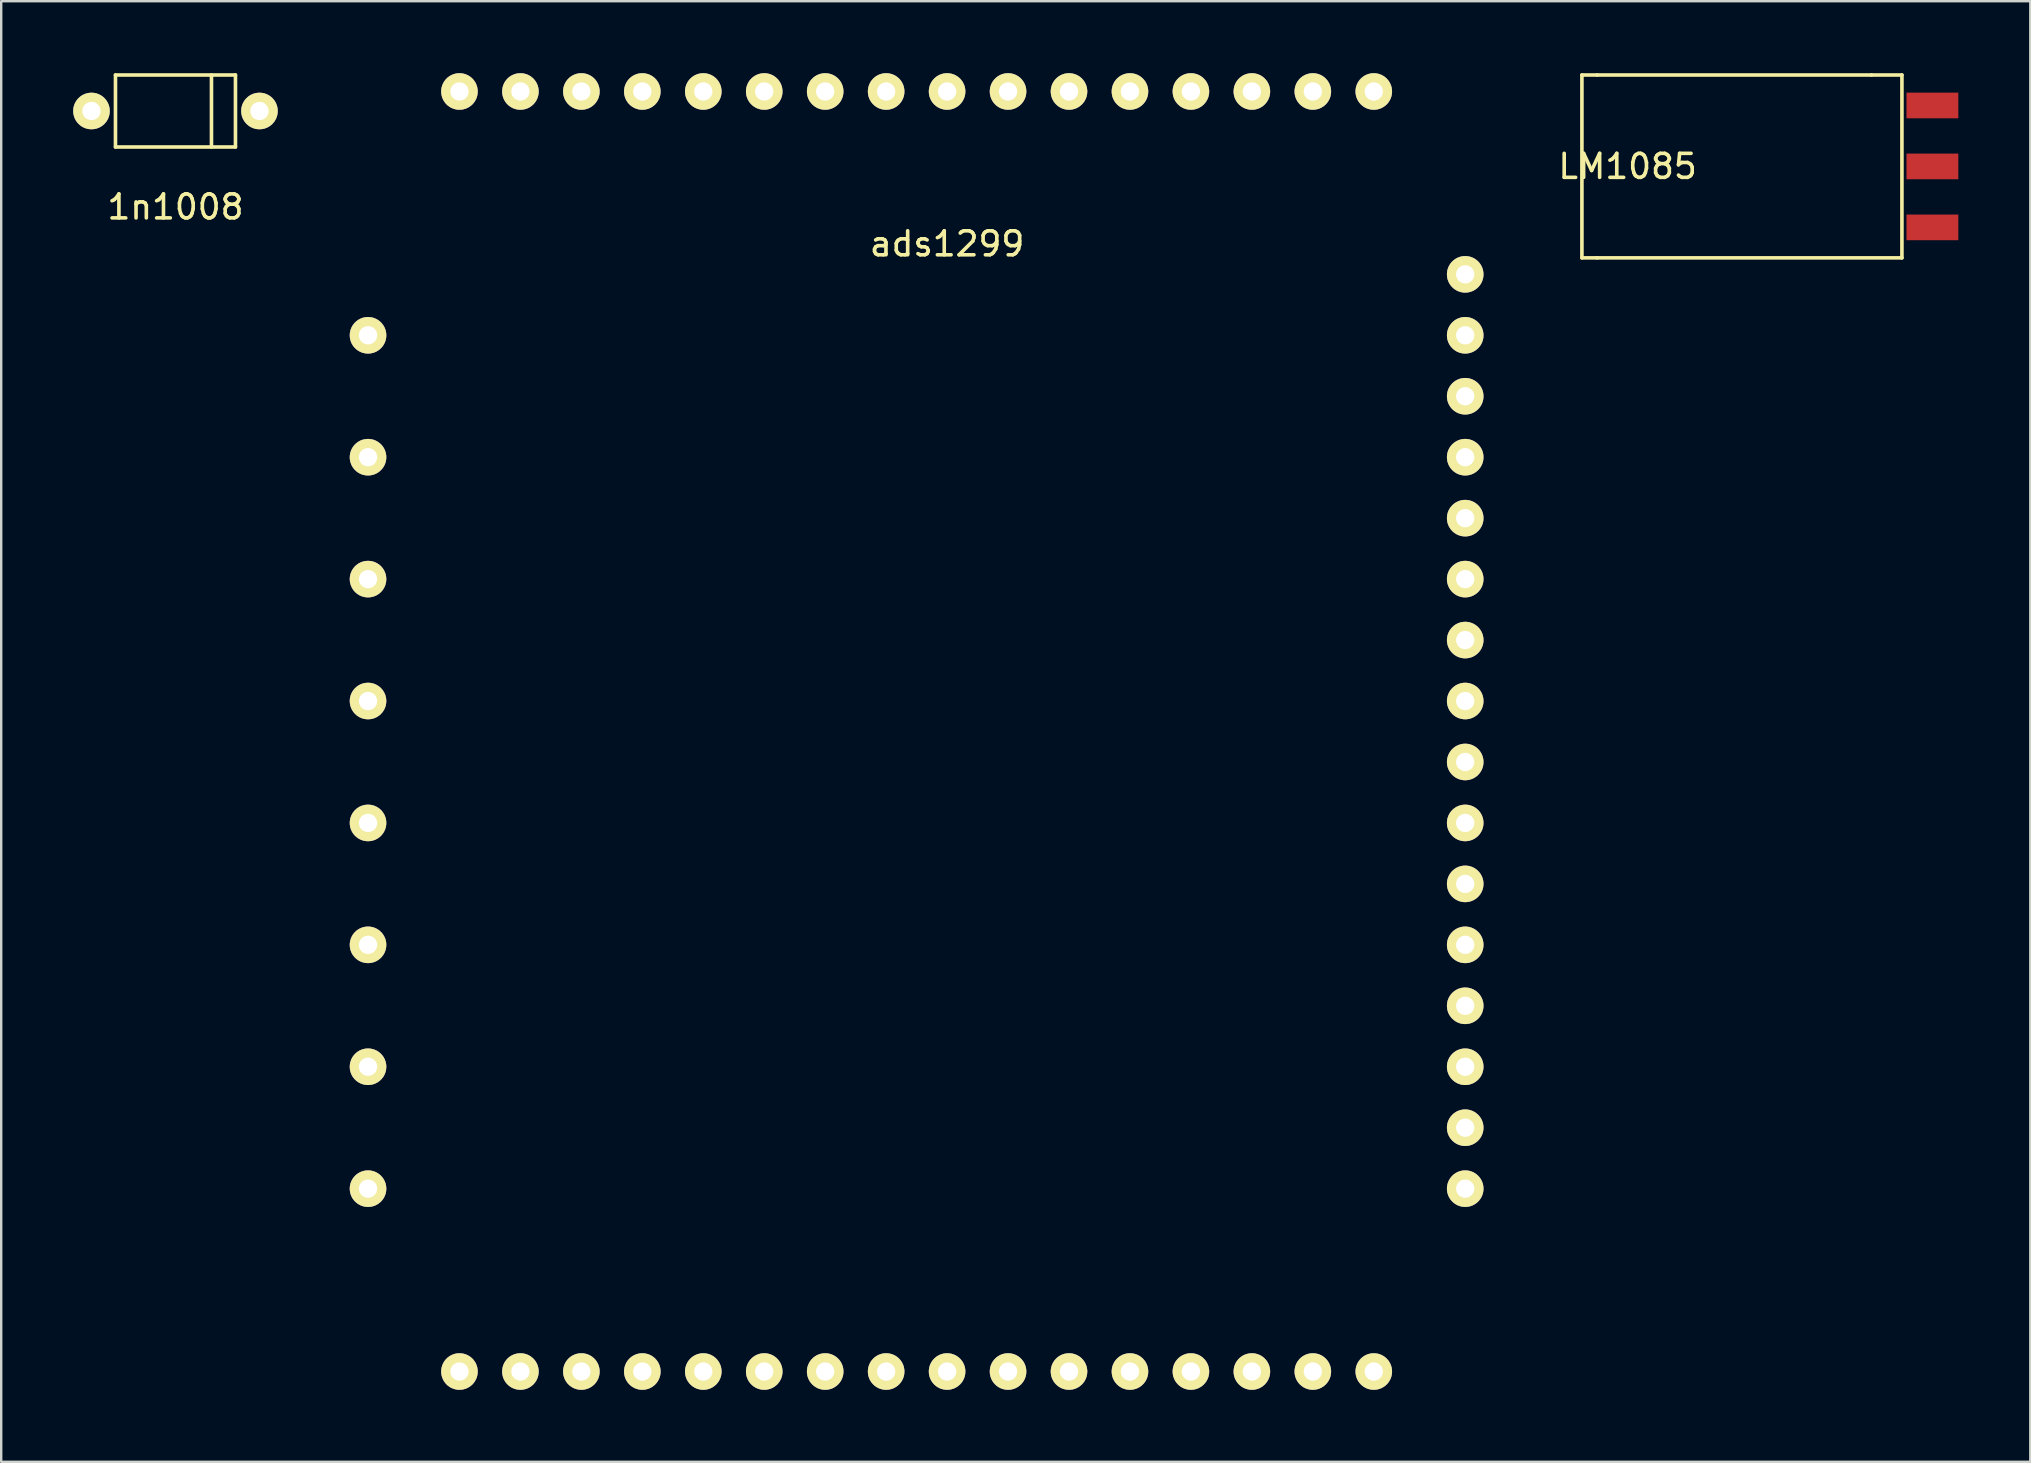
<source format=kicad_pcb>
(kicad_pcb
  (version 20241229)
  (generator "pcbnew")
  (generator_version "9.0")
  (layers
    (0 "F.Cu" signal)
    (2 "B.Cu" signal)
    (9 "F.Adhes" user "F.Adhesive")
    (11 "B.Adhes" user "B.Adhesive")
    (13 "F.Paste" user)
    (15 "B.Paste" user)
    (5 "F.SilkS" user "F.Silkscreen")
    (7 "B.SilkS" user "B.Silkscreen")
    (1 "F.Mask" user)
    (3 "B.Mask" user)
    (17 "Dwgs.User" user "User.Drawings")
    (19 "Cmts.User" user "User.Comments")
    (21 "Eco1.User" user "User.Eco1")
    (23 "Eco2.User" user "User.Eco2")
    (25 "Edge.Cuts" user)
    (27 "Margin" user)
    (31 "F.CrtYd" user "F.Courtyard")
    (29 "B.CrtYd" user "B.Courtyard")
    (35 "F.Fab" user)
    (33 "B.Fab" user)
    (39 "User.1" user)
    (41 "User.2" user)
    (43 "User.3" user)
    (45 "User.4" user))
  (footprint "LM1085"
    (layer "F.Cu")
    (at 74.934 3.885)
    (property "Reference" "LM1085" (at -10.16 0 0) (layer "F.SilkS") (effects (font (size 1 1) (thickness 0.15))))
    (attr through_hole)
    (fp_line (start -12.065 -3.81) (end -12.065 3.81) (stroke (width 0.15) (type solid)) (layer "F.SilkS"))
    (fp_line (start -12.065 3.81) (end -11.43 3.81) (stroke (width 0.15) (type solid)) (layer "F.SilkS"))
    (fp_line (start -11.43 -3.81) (end -12.065 -3.81) (stroke (width 0.15) (type solid)) (layer "F.SilkS"))
    (fp_line (start -11.43 3.81) (end 1.27 3.81) (stroke (width 0.15) (type solid)) (layer "F.SilkS"))
    (fp_line (start 0 -3.81) (end -11.43 -3.81) (stroke (width 0.15) (type solid)) (layer "F.SilkS"))
    (fp_line (start 1.27 -3.81) (end 0 -3.81) (stroke (width 0.15) (type solid)) (layer "F.SilkS"))
    (fp_line (start 1.27 3.81) (end 1.27 -3.81) (stroke (width 0.15) (type solid)) (layer "F.SilkS"))
    (pad "1" smd rect (at 2.54 2.54) (size 2.16 1.07) (layers "F.Cu" "F.Mask" "F.Paste"))
    (pad "2" smd rect (at 2.54 0) (size 2.16 1.07) (layers "F.Cu" "F.Mask" "F.Paste"))
    (pad "3" smd rect (at 2.54 -2.54) (size 2.16 1.07) (layers "F.Cu" "F.Mask" "F.Paste")))
  (footprint "1n1008"
    (layer "F.Cu")
    (at 4.262 1.575)
    (property "Reference" "1n1008" (at 0 4 0) (layer "F.SilkS") (effects (font (size 1 1) (thickness 0.15))))
    (attr through_hole)
    (fp_line (start -2.5 -1.5) (end 2.5 -1.5) (stroke (width 0.15) (type solid)) (layer "F.SilkS"))
    (fp_line (start -2.5 1.5) (end -2.5 -1.5) (stroke (width 0.15) (type solid)) (layer "F.SilkS"))
    (fp_line (start 1.5 -1.5) (end 1.5 1.5) (stroke (width 0.15) (type solid)) (layer "F.SilkS"))
    (fp_line (start 2.5 -1.5) (end 2.5 1.5) (stroke (width 0.15) (type solid)) (layer "F.SilkS"))
    (fp_line (start 2.5 1.5) (end -2.5 1.5) (stroke (width 0.15) (type solid)) (layer "F.SilkS"))
    (pad "1" thru_hole circle (at 3.5 0) (size 1.524 1.524) (drill 0.762) (layers "*.Cu" "*.Mask" "F.SilkS"))
    (pad "2" thru_hole circle (at -3.5 0) (size 1.524 1.524) (drill 0.762) (layers "*.Cu" "*.Mask" "F.SilkS")))
  (footprint "ads1299"
    (layer "F.Cu")
    (at 12.286 0.762)
    (property "Reference" "ads1299" (at 24.13 6.35 180) (layer "F.SilkS") (effects (font (size 1 1) (thickness 0.15))))
    (attr through_hole)
    (pad "2" thru_hole circle (at 0 10.16) (size 1.524 1.524) (drill 0.762) (layers "*.Cu" "*.Mask" "F.SilkS"))
    (pad "4" thru_hole circle (at 0 15.24) (size 1.524 1.524) (drill 0.762) (layers "*.Cu" "*.Mask" "F.SilkS"))
    (pad "6" thru_hole circle (at 0 20.32) (size 1.524 1.524) (drill 0.762) (layers "*.Cu" "*.Mask" "F.SilkS"))
    (pad "8" thru_hole circle (at 0 25.4) (size 1.524 1.524) (drill 0.762) (layers "*.Cu" "*.Mask" "F.SilkS"))
    (pad "10" thru_hole circle (at 0 30.48) (size 1.524 1.524) (drill 0.762) (layers "*.Cu" "*.Mask" "F.SilkS"))
    (pad "12" thru_hole circle (at 0 35.56) (size 1.524 1.524) (drill 0.762) (layers "*.Cu" "*.Mask" "F.SilkS"))
    (pad "14" thru_hole circle (at 0 40.64) (size 1.524 1.524) (drill 0.762) (layers "*.Cu" "*.Mask" "F.SilkS"))
    (pad "16" thru_hole circle (at 0 45.72) (size 1.524 1.524) (drill 0.762) (layers "*.Cu" "*.Mask" "F.SilkS"))
    (pad "17" thru_hole circle (at 3.81 53.34) (size 1.524 1.524) (drill 0.762) (layers "*.Cu" "*.Mask" "F.SilkS"))
    (pad "18" thru_hole circle (at 6.35 53.34) (size 1.524 1.524) (drill 0.762) (layers "*.Cu" "*.Mask" "F.SilkS"))
    (pad "19" thru_hole circle (at 8.89 53.34) (size 1.524 1.524) (drill 0.762) (layers "*.Cu" "*.Mask" "F.SilkS"))
    (pad "20" thru_hole circle (at 11.43 53.34) (size 1.524 1.524) (drill 0.762) (layers "*.Cu" "*.Mask" "F.SilkS"))
    (pad "21" thru_hole circle (at 13.97 53.34) (size 1.524 1.524) (drill 0.762) (layers "*.Cu" "*.Mask" "F.SilkS"))
    (pad "22" thru_hole circle (at 16.51 53.34) (size 1.524 1.524) (drill 0.762) (layers "*.Cu" "*.Mask" "F.SilkS"))
    (pad "23" thru_hole circle (at 19.05 53.34) (size 1.524 1.524) (drill 0.762) (layers "*.Cu" "*.Mask" "F.SilkS"))
    (pad "24" thru_hole circle (at 21.59 53.34) (size 1.524 1.524) (drill 0.762) (layers "*.Cu" "*.Mask" "F.SilkS"))
    (pad "25" thru_hole circle (at 24.13 53.34) (size 1.524 1.524) (drill 0.762) (layers "*.Cu" "*.Mask" "F.SilkS"))
    (pad "26" thru_hole circle (at 26.67 53.34) (size 1.524 1.524) (drill 0.762) (layers "*.Cu" "*.Mask" "F.SilkS"))
    (pad "27" thru_hole circle (at 29.21 53.34) (size 1.524 1.524) (drill 0.762) (layers "*.Cu" "*.Mask" "F.SilkS"))
    (pad "28" thru_hole circle (at 31.75 53.34) (size 1.524 1.524) (drill 0.762) (layers "*.Cu" "*.Mask" "F.SilkS"))
    (pad "29" thru_hole circle (at 34.29 53.34) (size 1.524 1.524) (drill 0.762) (layers "*.Cu" "*.Mask" "F.SilkS"))
    (pad "30" thru_hole circle (at 36.83 53.34) (size 1.524 1.524) (drill 0.762) (layers "*.Cu" "*.Mask" "F.SilkS"))
    (pad "31" thru_hole circle (at 39.37 53.34) (size 1.524 1.524) (drill 0.762) (layers "*.Cu" "*.Mask" "F.SilkS"))
    (pad "32" thru_hole circle (at 41.91 53.34) (size 1.524 1.524) (drill 0.762) (layers "*.Cu" "*.Mask" "F.SilkS"))
    (pad "33" thru_hole circle (at 45.72 45.72) (size 1.524 1.524) (drill 0.762) (layers "*.Cu" "*.Mask" "F.SilkS"))
    (pad "34" thru_hole circle (at 45.72 43.18) (size 1.524 1.524) (drill 0.762) (layers "*.Cu" "*.Mask" "F.SilkS"))
    (pad "35" thru_hole circle (at 45.72 40.64) (size 1.524 1.524) (drill 0.762) (layers "*.Cu" "*.Mask" "F.SilkS"))
    (pad "36" thru_hole circle (at 45.72 38.1) (size 1.524 1.524) (drill 0.762) (layers "*.Cu" "*.Mask" "F.SilkS"))
    (pad "37" thru_hole circle (at 45.72 35.56) (size 1.524 1.524) (drill 0.762) (layers "*.Cu" "*.Mask" "F.SilkS"))
    (pad "38" thru_hole circle (at 45.72 33.02) (size 1.524 1.524) (drill 0.762) (layers "*.Cu" "*.Mask" "F.SilkS"))
    (pad "39" thru_hole circle (at 45.72 30.48) (size 1.524 1.524) (drill 0.762) (layers "*.Cu" "*.Mask" "F.SilkS"))
    (pad "40" thru_hole circle (at 45.72 27.94) (size 1.524 1.524) (drill 0.762) (layers "*.Cu" "*.Mask" "F.SilkS"))
    (pad "41" thru_hole circle (at 45.72 25.4) (size 1.524 1.524) (drill 0.762) (layers "*.Cu" "*.Mask" "F.SilkS"))
    (pad "42" thru_hole circle (at 45.72 22.86) (size 1.524 1.524) (drill 0.762) (layers "*.Cu" "*.Mask" "F.SilkS"))
    (pad "43" thru_hole circle (at 45.72 20.32) (size 1.524 1.524) (drill 0.762) (layers "*.Cu" "*.Mask" "F.SilkS"))
    (pad "44" thru_hole circle (at 45.72 17.78) (size 1.524 1.524) (drill 0.762) (layers "*.Cu" "*.Mask" "F.SilkS"))
    (pad "45" thru_hole circle (at 45.72 15.24) (size 1.524 1.524) (drill 0.762) (layers "*.Cu" "*.Mask" "F.SilkS"))
    (pad "46" thru_hole circle (at 45.72 12.7) (size 1.524 1.524) (drill 0.762) (layers "*.Cu" "*.Mask" "F.SilkS"))
    (pad "47" thru_hole circle (at 45.72 10.16) (size 1.524 1.524) (drill 0.762) (layers "*.Cu" "*.Mask" "F.SilkS"))
    (pad "48" thru_hole circle (at 45.72 7.62) (size 1.524 1.524) (drill 0.762) (layers "*.Cu" "*.Mask" "F.SilkS"))
    (pad "49" thru_hole circle (at 41.91 0) (size 1.524 1.524) (drill 0.762) (layers "*.Cu" "*.Mask" "F.SilkS"))
    (pad "50" thru_hole circle (at 39.37 0) (size 1.524 1.524) (drill 0.762) (layers "*.Cu" "*.Mask" "F.SilkS"))
    (pad "51" thru_hole circle (at 36.83 0) (size 1.524 1.524) (drill 0.762) (layers "*.Cu" "*.Mask" "F.SilkS"))
    (pad "52" thru_hole circle (at 34.29 0) (size 1.524 1.524) (drill 0.762) (layers "*.Cu" "*.Mask" "F.SilkS"))
    (pad "53" thru_hole circle (at 31.75 0) (size 1.524 1.524) (drill 0.762) (layers "*.Cu" "*.Mask" "F.SilkS"))
    (pad "54" thru_hole circle (at 29.21 0) (size 1.524 1.524) (drill 0.762) (layers "*.Cu" "*.Mask" "F.SilkS"))
    (pad "55" thru_hole circle (at 26.67 0) (size 1.524 1.524) (drill 0.762) (layers "*.Cu" "*.Mask" "F.SilkS"))
    (pad "56" thru_hole circle (at 24.13 0) (size 1.524 1.524) (drill 0.762) (layers "*.Cu" "*.Mask" "F.SilkS"))
    (pad "57" thru_hole circle (at 21.59 0) (size 1.524 1.524) (drill 0.762) (layers "*.Cu" "*.Mask" "F.SilkS"))
    (pad "58" thru_hole circle (at 19.05 0) (size 1.524 1.524) (drill 0.762) (layers "*.Cu" "*.Mask" "F.SilkS"))
    (pad "59" thru_hole circle (at 16.51 0) (size 1.524 1.524) (drill 0.762) (layers "*.Cu" "*.Mask" "F.SilkS"))
    (pad "60" thru_hole circle (at 13.97 0) (size 1.524 1.524) (drill 0.762) (layers "*.Cu" "*.Mask" "F.SilkS"))
    (pad "61" thru_hole circle (at 11.43 0) (size 1.524 1.524) (drill 0.762) (layers "*.Cu" "*.Mask" "F.SilkS"))
    (pad "62" thru_hole circle (at 8.89 0) (size 1.524 1.524) (drill 0.762) (layers "*.Cu" "*.Mask" "F.SilkS"))
    (pad "63" thru_hole circle (at 6.35 0) (size 1.524 1.524) (drill 0.762) (layers "*.Cu" "*.Mask" "F.SilkS"))
    (pad "64" thru_hole circle (at 3.81 0) (size 1.524 1.524) (drill 0.762) (layers "*.Cu" "*.Mask" "F.SilkS")))
  (gr_rect
    (start -3 -3)
    (end 81.554 57.864)
    (stroke (width 0.1) (type default))
    (fill no)
    (layer "Edge.Cuts")))
</source>
